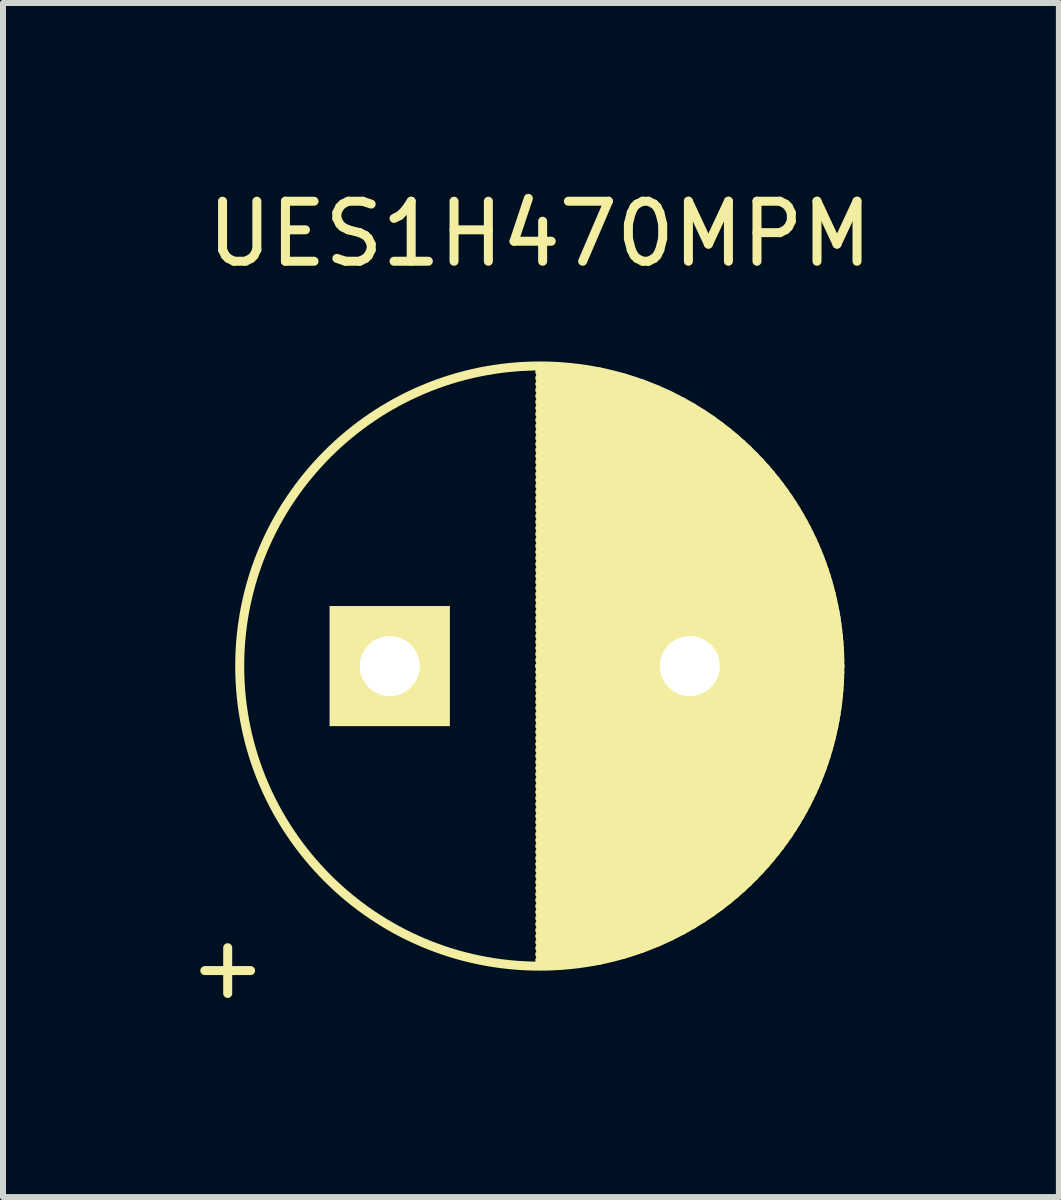
<source format=kicad_pcb>
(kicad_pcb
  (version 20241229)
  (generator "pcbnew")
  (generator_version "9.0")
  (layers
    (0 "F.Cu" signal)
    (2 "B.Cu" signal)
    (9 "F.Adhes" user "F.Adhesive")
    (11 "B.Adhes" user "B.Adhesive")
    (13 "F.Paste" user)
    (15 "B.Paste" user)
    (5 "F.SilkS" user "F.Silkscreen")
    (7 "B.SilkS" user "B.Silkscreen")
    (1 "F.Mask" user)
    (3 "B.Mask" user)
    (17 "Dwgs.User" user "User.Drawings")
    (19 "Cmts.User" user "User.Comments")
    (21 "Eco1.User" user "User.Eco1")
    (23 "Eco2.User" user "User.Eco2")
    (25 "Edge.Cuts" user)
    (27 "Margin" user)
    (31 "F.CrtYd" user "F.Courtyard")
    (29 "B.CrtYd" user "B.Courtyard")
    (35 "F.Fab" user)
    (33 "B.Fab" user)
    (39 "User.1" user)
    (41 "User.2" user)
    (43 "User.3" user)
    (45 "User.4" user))
  (footprint "UES1H470MPM"
    (layer "F.Cu")
    (at 3.444 8.048)
    (property "Reference" "UES1H470MPM" (at 2.5 -7.2 0) (layer "F.SilkS") (effects (font (size 1 1) (thickness 0.15))))
    (attr through_hole)
    (fp_line (start 2.5 -4.9) (end 3.495 -4.9) (stroke (width 0.15) (type solid)) (layer "F.SilkS"))
    (fp_line (start 2.5 -4.8) (end 3.9 -4.8) (stroke (width 0.15) (type solid)) (layer "F.SilkS"))
    (fp_line (start 2.5 -4.7) (end 4.206 -4.7) (stroke (width 0.15) (type solid)) (layer "F.SilkS"))
    (fp_line (start 2.5 -4.6) (end 4.46 -4.6) (stroke (width 0.15) (type solid)) (layer "F.SilkS"))
    (fp_line (start 2.5 -4.5) (end 4.679 -4.5) (stroke (width 0.15) (type solid)) (layer "F.SilkS"))
    (fp_line (start 2.5 -4.4) (end 4.875 -4.4) (stroke (width 0.15) (type solid)) (layer "F.SilkS"))
    (fp_line (start 2.5 -4.3) (end 5.051 -4.3) (stroke (width 0.15) (type solid)) (layer "F.SilkS"))
    (fp_line (start 2.5 -4.2) (end 5.213 -4.2) (stroke (width 0.15) (type solid)) (layer "F.SilkS"))
    (fp_line (start 2.5 -4.1) (end 5.362 -4.1) (stroke (width 0.15) (type solid)) (layer "F.SilkS"))
    (fp_line (start 2.5 -4) (end 5.5 -4) (stroke (width 0.15) (type solid)) (layer "F.SilkS"))
    (fp_line (start 2.5 -3.9) (end 5.629 -3.9) (stroke (width 0.15) (type solid)) (layer "F.SilkS"))
    (fp_line (start 2.5 -3.8) (end 5.75 -3.8) (stroke (width 0.15) (type solid)) (layer "F.SilkS"))
    (fp_line (start 2.5 -3.7) (end 5.863 -3.7) (stroke (width 0.15) (type solid)) (layer "F.SilkS"))
    (fp_line (start 2.5 -3.6) (end 5.97 -3.6) (stroke (width 0.15) (type solid)) (layer "F.SilkS"))
    (fp_line (start 2.5 -3.5) (end 6.071 -3.5) (stroke (width 0.15) (type solid)) (layer "F.SilkS"))
    (fp_line (start 2.5 -3.4) (end 6.166 -3.4) (stroke (width 0.15) (type solid)) (layer "F.SilkS"))
    (fp_line (start 2.5 -3.3) (end 6.256 -3.3) (stroke (width 0.15) (type solid)) (layer "F.SilkS"))
    (fp_line (start 2.5 -3.2) (end 6.342 -3.2) (stroke (width 0.15) (type solid)) (layer "F.SilkS"))
    (fp_line (start 2.5 -3.1) (end 6.423 -3.1) (stroke (width 0.15) (type solid)) (layer "F.SilkS"))
    (fp_line (start 2.5 -3) (end 6.5 -3) (stroke (width 0.15) (type solid)) (layer "F.SilkS"))
    (fp_line (start 2.5 -2.9) (end 6.573 -2.9) (stroke (width 0.15) (type solid)) (layer "F.SilkS"))
    (fp_line (start 2.5 -2.8) (end 6.642 -2.8) (stroke (width 0.15) (type solid)) (layer "F.SilkS"))
    (fp_line (start 2.5 -2.7) (end 6.708 -2.7) (stroke (width 0.15) (type solid)) (layer "F.SilkS"))
    (fp_line (start 2.5 -2.6) (end 6.771 -2.6) (stroke (width 0.15) (type solid)) (layer "F.SilkS"))
    (fp_line (start 2.5 -2.5) (end 6.83 -2.5) (stroke (width 0.15) (type solid)) (layer "F.SilkS"))
    (fp_line (start 2.5 -2.4) (end 6.886 -2.4) (stroke (width 0.15) (type solid)) (layer "F.SilkS"))
    (fp_line (start 2.5 -2.3) (end 6.94 -2.3) (stroke (width 0.15) (type solid)) (layer "F.SilkS"))
    (fp_line (start 2.5 -2.2) (end 6.99 -2.2) (stroke (width 0.15) (type solid)) (layer "F.SilkS"))
    (fp_line (start 2.5 -2.1) (end 7.038 -2.1) (stroke (width 0.15) (type solid)) (layer "F.SilkS"))
    (fp_line (start 2.5 -2) (end 7.083 -2) (stroke (width 0.15) (type solid)) (layer "F.SilkS"))
    (fp_line (start 2.5 -1.9) (end 7.125 -1.9) (stroke (width 0.15) (type solid)) (layer "F.SilkS"))
    (fp_line (start 2.5 -1.8) (end 7.165 -1.8) (stroke (width 0.15) (type solid)) (layer "F.SilkS"))
    (fp_line (start 2.5 -1.7) (end 7.202 -1.7) (stroke (width 0.15) (type solid)) (layer "F.SilkS"))
    (fp_line (start 2.5 -1.6) (end 7.237 -1.6) (stroke (width 0.15) (type solid)) (layer "F.SilkS"))
    (fp_line (start 2.5 -1.5) (end 7.27 -1.5) (stroke (width 0.15) (type solid)) (layer "F.SilkS"))
    (fp_line (start 2.5 -1.4) (end 7.3 -1.4) (stroke (width 0.15) (type solid)) (layer "F.SilkS"))
    (fp_line (start 2.5 -1.3) (end 7.328 -1.3) (stroke (width 0.15) (type solid)) (layer "F.SilkS"))
    (fp_line (start 2.5 -1.2) (end 7.354 -1.2) (stroke (width 0.15) (type solid)) (layer "F.SilkS"))
    (fp_line (start 2.5 -1.1) (end 7.377 -1.1) (stroke (width 0.15) (type solid)) (layer "F.SilkS"))
    (fp_line (start 2.5 -1) (end 7.399 -1) (stroke (width 0.15) (type solid)) (layer "F.SilkS"))
    (fp_line (start 2.5 -0.9) (end 7.418 -0.9) (stroke (width 0.15) (type solid)) (layer "F.SilkS"))
    (fp_line (start 2.5 -0.8) (end 7.436 -0.8) (stroke (width 0.15) (type solid)) (layer "F.SilkS"))
    (fp_line (start 2.5 -0.7) (end 7.451 -0.7) (stroke (width 0.15) (type solid)) (layer "F.SilkS"))
    (fp_line (start 2.5 -0.6) (end 7.464 -0.6) (stroke (width 0.15) (type solid)) (layer "F.SilkS"))
    (fp_line (start 2.5 -0.5) (end 7.475 -0.5) (stroke (width 0.15) (type solid)) (layer "F.SilkS"))
    (fp_line (start 2.5 -0.4) (end 7.484 -0.4) (stroke (width 0.15) (type solid)) (layer "F.SilkS"))
    (fp_line (start 2.5 -0.3) (end 7.491 -0.3) (stroke (width 0.15) (type solid)) (layer "F.SilkS"))
    (fp_line (start 2.5 -0.2) (end 7.496 -0.2) (stroke (width 0.15) (type solid)) (layer "F.SilkS"))
    (fp_line (start 2.5 -0.1) (end 7.499 -0.1) (stroke (width 0.15) (type solid)) (layer "F.SilkS"))
    (fp_line (start 2.5 0) (end 7.5 0) (stroke (width 0.15) (type solid)) (layer "F.SilkS"))
    (fp_line (start 2.5 0) (end 7.5 0) (stroke (width 0.15) (type solid)) (layer "F.SilkS"))
    (fp_line (start 2.5 0.1) (end 7.499 0.1) (stroke (width 0.15) (type solid)) (layer "F.SilkS"))
    (fp_line (start 2.5 0.2) (end 7.496 0.2) (stroke (width 0.15) (type solid)) (layer "F.SilkS"))
    (fp_line (start 2.5 0.3) (end 7.491 0.3) (stroke (width 0.15) (type solid)) (layer "F.SilkS"))
    (fp_line (start 2.5 0.4) (end 7.484 0.4) (stroke (width 0.15) (type solid)) (layer "F.SilkS"))
    (fp_line (start 2.5 0.5) (end 7.475 0.5) (stroke (width 0.15) (type solid)) (layer "F.SilkS"))
    (fp_line (start 2.5 0.6) (end 7.464 0.6) (stroke (width 0.15) (type solid)) (layer "F.SilkS"))
    (fp_line (start 2.5 0.7) (end 7.451 0.7) (stroke (width 0.15) (type solid)) (layer "F.SilkS"))
    (fp_line (start 2.5 0.8) (end 7.436 0.8) (stroke (width 0.15) (type solid)) (layer "F.SilkS"))
    (fp_line (start 2.5 0.9) (end 7.418 0.9) (stroke (width 0.15) (type solid)) (layer "F.SilkS"))
    (fp_line (start 2.5 1) (end 7.399 1) (stroke (width 0.15) (type solid)) (layer "F.SilkS"))
    (fp_line (start 2.5 1.1) (end 7.377 1.1) (stroke (width 0.15) (type solid)) (layer "F.SilkS"))
    (fp_line (start 2.5 1.2) (end 7.354 1.2) (stroke (width 0.15) (type solid)) (layer "F.SilkS"))
    (fp_line (start 2.5 1.3) (end 7.328 1.3) (stroke (width 0.15) (type solid)) (layer "F.SilkS"))
    (fp_line (start 2.5 1.4) (end 7.3 1.4) (stroke (width 0.15) (type solid)) (layer "F.SilkS"))
    (fp_line (start 2.5 1.5) (end 7.27 1.5) (stroke (width 0.15) (type solid)) (layer "F.SilkS"))
    (fp_line (start 2.5 1.6) (end 7.237 1.6) (stroke (width 0.15) (type solid)) (layer "F.SilkS"))
    (fp_line (start 2.5 1.7) (end 7.202 1.7) (stroke (width 0.15) (type solid)) (layer "F.SilkS"))
    (fp_line (start 2.5 1.8) (end 7.165 1.8) (stroke (width 0.15) (type solid)) (layer "F.SilkS"))
    (fp_line (start 2.5 1.9) (end 7.125 1.9) (stroke (width 0.15) (type solid)) (layer "F.SilkS"))
    (fp_line (start 2.5 2) (end 7.083 2) (stroke (width 0.15) (type solid)) (layer "F.SilkS"))
    (fp_line (start 2.5 2.1) (end 7.038 2.1) (stroke (width 0.15) (type solid)) (layer "F.SilkS"))
    (fp_line (start 2.5 2.2) (end 6.99 2.2) (stroke (width 0.15) (type solid)) (layer "F.SilkS"))
    (fp_line (start 2.5 2.3) (end 6.94 2.3) (stroke (width 0.15) (type solid)) (layer "F.SilkS"))
    (fp_line (start 2.5 2.4) (end 6.886 2.4) (stroke (width 0.15) (type solid)) (layer "F.SilkS"))
    (fp_line (start 2.5 2.5) (end 6.83 2.5) (stroke (width 0.15) (type solid)) (layer "F.SilkS"))
    (fp_line (start 2.5 2.6) (end 6.771 2.6) (stroke (width 0.15) (type solid)) (layer "F.SilkS"))
    (fp_line (start 2.5 2.7) (end 6.708 2.7) (stroke (width 0.15) (type solid)) (layer "F.SilkS"))
    (fp_line (start 2.5 2.8) (end 6.642 2.8) (stroke (width 0.15) (type solid)) (layer "F.SilkS"))
    (fp_line (start 2.5 2.9) (end 6.573 2.9) (stroke (width 0.15) (type solid)) (layer "F.SilkS"))
    (fp_line (start 2.5 3) (end 6.5 3) (stroke (width 0.15) (type solid)) (layer "F.SilkS"))
    (fp_line (start 2.5 3.1) (end 6.423 3.1) (stroke (width 0.15) (type solid)) (layer "F.SilkS"))
    (fp_line (start 2.5 3.2) (end 6.342 3.2) (stroke (width 0.15) (type solid)) (layer "F.SilkS"))
    (fp_line (start 2.5 3.3) (end 6.256 3.3) (stroke (width 0.15) (type solid)) (layer "F.SilkS"))
    (fp_line (start 2.5 3.4) (end 6.166 3.4) (stroke (width 0.15) (type solid)) (layer "F.SilkS"))
    (fp_line (start 2.5 3.5) (end 6.071 3.5) (stroke (width 0.15) (type solid)) (layer "F.SilkS"))
    (fp_line (start 2.5 3.6) (end 5.97 3.6) (stroke (width 0.15) (type solid)) (layer "F.SilkS"))
    (fp_line (start 2.5 3.7) (end 5.863 3.7) (stroke (width 0.15) (type solid)) (layer "F.SilkS"))
    (fp_line (start 2.5 3.8) (end 5.75 3.8) (stroke (width 0.15) (type solid)) (layer "F.SilkS"))
    (fp_line (start 2.5 3.9) (end 5.629 3.9) (stroke (width 0.15) (type solid)) (layer "F.SilkS"))
    (fp_line (start 2.5 4) (end 5.5 4) (stroke (width 0.15) (type solid)) (layer "F.SilkS"))
    (fp_line (start 2.5 4.1) (end 5.362 4.1) (stroke (width 0.15) (type solid)) (layer "F.SilkS"))
    (fp_line (start 2.5 4.2) (end 5.213 4.2) (stroke (width 0.15) (type solid)) (layer "F.SilkS"))
    (fp_line (start 2.5 4.3) (end 5.051 4.3) (stroke (width 0.15) (type solid)) (layer "F.SilkS"))
    (fp_line (start 2.5 4.4) (end 4.875 4.4) (stroke (width 0.15) (type solid)) (layer "F.SilkS"))
    (fp_line (start 2.5 4.5) (end 4.679 4.5) (stroke (width 0.15) (type solid)) (layer "F.SilkS"))
    (fp_line (start 2.5 4.6) (end 4.46 4.6) (stroke (width 0.15) (type solid)) (layer "F.SilkS"))
    (fp_line (start 2.5 4.7) (end 4.206 4.7) (stroke (width 0.15) (type solid)) (layer "F.SilkS"))
    (fp_line (start 2.5 4.8) (end 3.9 4.8) (stroke (width 0.15) (type solid)) (layer "F.SilkS"))
    (fp_line (start 2.5 4.9) (end 3.495 4.9) (stroke (width 0.15) (type solid)) (layer "F.SilkS"))
    (fp_circle (center 2.5 0) (end 2.5 -5) (stroke (width 0.15) (type solid)) (fill no) (layer "F.SilkS"))
    (fp_text user "+" (at -2.7 5 0) (layer "F.SilkS") (effects (font (size 1 1) (thickness 0.15))))
    (pad "1" thru_hole rect (at 0 0) (size 2 2) (drill 1) (layers "*.Cu" "*.Mask" "F.SilkS"))
    (pad "2" thru_hole circle (at 5 0) (size 2 2) (drill 1) (layers "*.Cu" "*.Mask" "F.SilkS")))
  (gr_rect
    (start -3 -3)
    (end 14.593 16.896)
    (stroke (width 0.1) (type default))
    (fill no)
    (layer "Edge.Cuts")))
</source>
